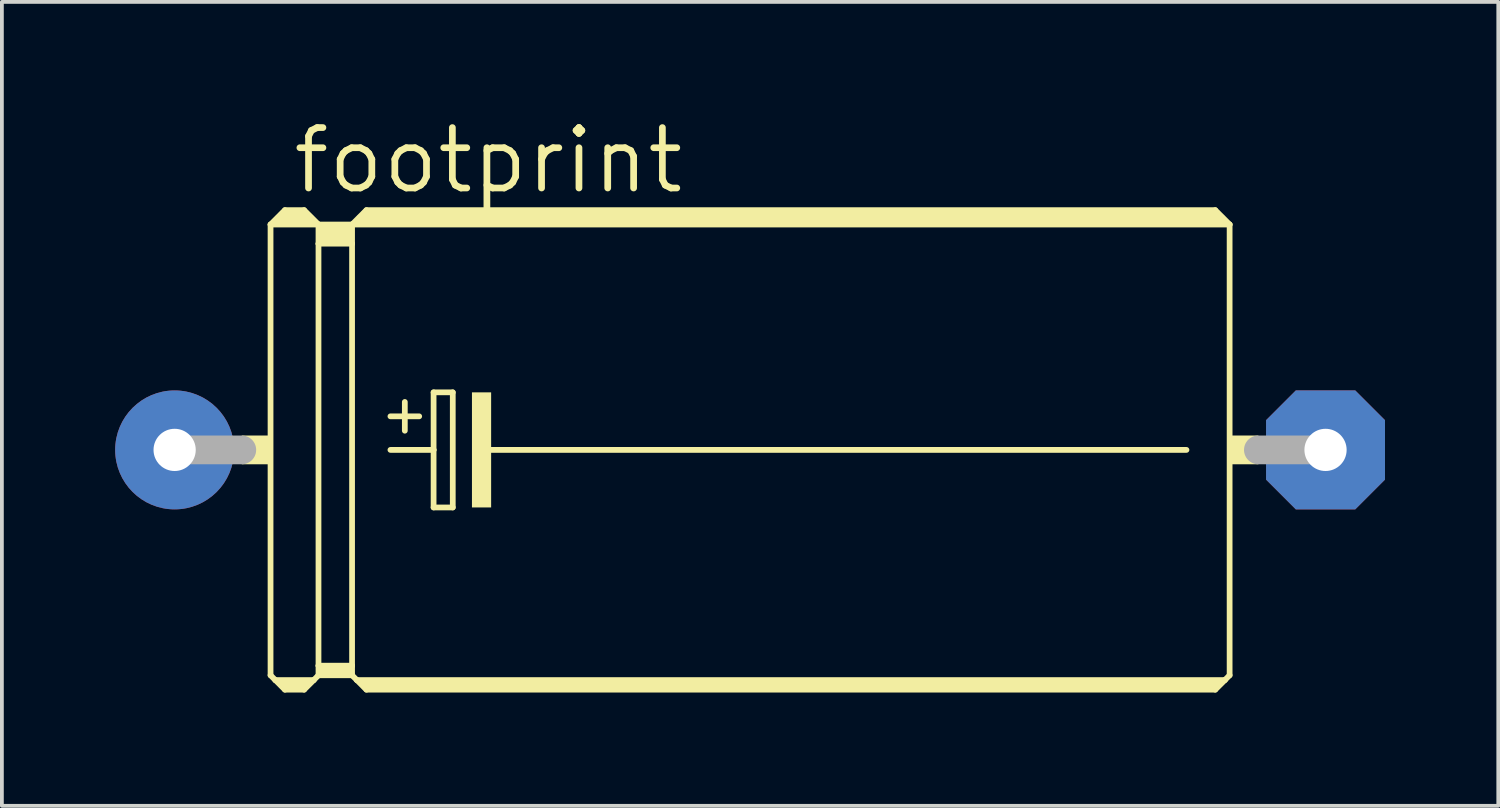
<source format=kicad_pcb>
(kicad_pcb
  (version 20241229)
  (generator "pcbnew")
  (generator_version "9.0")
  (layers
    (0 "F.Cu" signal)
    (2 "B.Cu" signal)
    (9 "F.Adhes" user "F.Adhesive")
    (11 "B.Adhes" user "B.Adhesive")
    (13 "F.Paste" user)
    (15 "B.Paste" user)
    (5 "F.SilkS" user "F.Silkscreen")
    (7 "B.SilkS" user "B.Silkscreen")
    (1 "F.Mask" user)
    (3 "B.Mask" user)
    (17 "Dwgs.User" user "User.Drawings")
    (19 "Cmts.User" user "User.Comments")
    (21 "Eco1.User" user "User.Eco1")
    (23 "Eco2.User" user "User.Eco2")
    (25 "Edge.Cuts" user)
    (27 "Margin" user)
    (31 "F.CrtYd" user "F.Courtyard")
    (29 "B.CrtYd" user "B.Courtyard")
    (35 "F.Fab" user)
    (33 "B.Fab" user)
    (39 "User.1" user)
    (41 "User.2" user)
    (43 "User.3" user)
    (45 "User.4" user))
  (footprint "footprint"
    (layer "F.Cu")
    (at 16.815 8.865)
    (property "Reference" "footprint" (at -12.192 -6.731 0) (layer "F.SilkS") (effects (font (size 1.6 1.6) (thickness 0.178)) (justify left bottom)))
    (fp_line (start -12.7 -5.969) (end -12.7 5.969) (stroke (width 0.152) (type solid)) (layer "F.SilkS"))
    (fp_line (start -12.7 -5.969) (end -12.319 -6.35) (stroke (width 0.152) (type solid)) (layer "F.SilkS"))
    (fp_line (start -12.7 -5.969) (end -11.43 -5.969) (stroke (width 0.152) (type solid)) (layer "F.SilkS"))
    (fp_line (start -12.7 5.969) (end -12.573 6.096) (stroke (width 0.152) (type solid)) (layer "F.SilkS"))
    (fp_line (start -12.573 6.096) (end -12.319 6.35) (stroke (width 0.152) (type solid)) (layer "F.SilkS"))
    (fp_line (start -12.573 6.096) (end -11.557 6.096) (stroke (width 0.152) (type solid)) (layer "F.SilkS"))
    (fp_line (start -12.446 -6.096) (end -11.684 -6.096) (stroke (width 0.305) (type solid)) (layer "F.SilkS"))
    (fp_line (start -12.319 -6.35) (end -11.811 -6.35) (stroke (width 0.152) (type solid)) (layer "F.SilkS"))
    (fp_line (start -12.319 -6.223) (end -11.811 -6.223) (stroke (width 0.305) (type solid)) (layer "F.SilkS"))
    (fp_line (start -12.319 6.223) (end -11.811 6.223) (stroke (width 0.305) (type solid)) (layer "F.SilkS"))
    (fp_line (start -12.319 6.35) (end -11.811 6.35) (stroke (width 0.152) (type solid)) (layer "F.SilkS"))
    (fp_line (start -11.557 6.096) (end -11.811 6.35) (stroke (width 0.152) (type solid)) (layer "F.SilkS"))
    (fp_line (start -11.43 -5.969) (end -11.811 -6.35) (stroke (width 0.152) (type solid)) (layer "F.SilkS"))
    (fp_line (start -11.43 -5.969) (end -11.43 -5.461) (stroke (width 0.152) (type solid)) (layer "F.SilkS"))
    (fp_line (start -11.43 -5.969) (end -10.541 -5.969) (stroke (width 0.152) (type solid)) (layer "F.SilkS"))
    (fp_line (start -11.43 -5.461) (end -11.43 5.715) (stroke (width 0.152) (type solid)) (layer "F.SilkS"))
    (fp_line (start -11.43 -5.461) (end -10.541 -5.461) (stroke (width 0.152) (type solid)) (layer "F.SilkS"))
    (fp_line (start -11.43 5.715) (end -11.43 5.969) (stroke (width 0.152) (type solid)) (layer "F.SilkS"))
    (fp_line (start -11.43 5.715) (end -10.541 5.715) (stroke (width 0.152) (type solid)) (layer "F.SilkS"))
    (fp_line (start -11.43 5.969) (end -11.557 6.096) (stroke (width 0.152) (type solid)) (layer "F.SilkS"))
    (fp_line (start -11.43 5.969) (end -10.541 5.969) (stroke (width 0.152) (type solid)) (layer "F.SilkS"))
    (fp_line (start -11.303 -5.842) (end -10.668 -5.842) (stroke (width 0.305) (type solid)) (layer "F.SilkS"))
    (fp_line (start -11.303 -5.588) (end -10.668 -5.588) (stroke (width 0.305) (type solid)) (layer "F.SilkS"))
    (fp_line (start -11.303 5.842) (end -10.668 5.842) (stroke (width 0.305) (type solid)) (layer "F.SilkS"))
    (fp_line (start -10.541 -5.969) (end -10.541 -5.461) (stroke (width 0.152) (type solid)) (layer "F.SilkS"))
    (fp_line (start -10.541 -5.969) (end -10.16 -6.35) (stroke (width 0.152) (type solid)) (layer "F.SilkS"))
    (fp_line (start -10.541 -5.969) (end 12.7 -5.969) (stroke (width 0.152) (type solid)) (layer "F.SilkS"))
    (fp_line (start -10.541 -5.461) (end -10.541 5.715) (stroke (width 0.152) (type solid)) (layer "F.SilkS"))
    (fp_line (start -10.541 5.715) (end -10.541 5.969) (stroke (width 0.152) (type solid)) (layer "F.SilkS"))
    (fp_line (start -10.414 6.096) (end -10.541 5.969) (stroke (width 0.152) (type solid)) (layer "F.SilkS"))
    (fp_line (start -10.414 6.096) (end 12.573 6.096) (stroke (width 0.152) (type solid)) (layer "F.SilkS"))
    (fp_line (start -10.287 -6.096) (end 12.446 -6.096) (stroke (width 0.305) (type solid)) (layer "F.SilkS"))
    (fp_line (start -10.16 -6.223) (end 12.319 -6.223) (stroke (width 0.305) (type solid)) (layer "F.SilkS"))
    (fp_line (start -10.16 6.223) (end 12.319 6.223) (stroke (width 0.305) (type solid)) (layer "F.SilkS"))
    (fp_line (start -10.16 6.35) (end -10.414 6.096) (stroke (width 0.152) (type solid)) (layer "F.SilkS"))
    (fp_line (start -9.525 -0.889) (end -8.763 -0.889) (stroke (width 0.152) (type solid)) (layer "F.SilkS"))
    (fp_line (start -9.525 0) (end -8.382 0) (stroke (width 0.152) (type solid)) (layer "F.SilkS"))
    (fp_line (start -9.144 -1.27) (end -9.144 -0.508) (stroke (width 0.152) (type solid)) (layer "F.SilkS"))
    (fp_line (start -8.382 -1.524) (end -8.382 0) (stroke (width 0.152) (type solid)) (layer "F.SilkS"))
    (fp_line (start -8.382 0) (end -8.382 1.524) (stroke (width 0.152) (type solid)) (layer "F.SilkS"))
    (fp_line (start -8.382 1.524) (end -7.874 1.524) (stroke (width 0.152) (type solid)) (layer "F.SilkS"))
    (fp_line (start -7.874 -1.524) (end -8.382 -1.524) (stroke (width 0.152) (type solid)) (layer "F.SilkS"))
    (fp_line (start -7.874 1.524) (end -7.874 -1.524) (stroke (width 0.152) (type solid)) (layer "F.SilkS"))
    (fp_line (start -6.985 0) (end 11.557 0) (stroke (width 0.152) (type solid)) (layer "F.SilkS"))
    (fp_line (start 12.319 -6.35) (end -10.16 -6.35) (stroke (width 0.152) (type solid)) (layer "F.SilkS"))
    (fp_line (start 12.319 6.35) (end -10.16 6.35) (stroke (width 0.152) (type solid)) (layer "F.SilkS"))
    (fp_line (start 12.573 6.096) (end 12.319 6.35) (stroke (width 0.152) (type solid)) (layer "F.SilkS"))
    (fp_line (start 12.7 -5.969) (end 12.319 -6.35) (stroke (width 0.152) (type solid)) (layer "F.SilkS"))
    (fp_line (start 12.7 -5.969) (end 12.7 5.969) (stroke (width 0.152) (type solid)) (layer "F.SilkS"))
    (fp_line (start 12.7 5.969) (end 12.573 6.096) (stroke (width 0.152) (type solid)) (layer "F.SilkS"))
    (fp_poly (pts (xy -13.462 0.381) (xy -12.7 0.381) (xy -12.7 -0.381) (xy -13.462 -0.381)) (stroke (width 0) (type solid)) (fill yes) (layer "F.SilkS"))
    (fp_poly (pts (xy -7.366 1.524) (xy -6.858 1.524) (xy -6.858 -1.524) (xy -7.366 -1.524)) (stroke (width 0) (type solid)) (fill yes) (layer "F.SilkS"))
    (fp_poly (pts (xy 12.7 0.381) (xy 13.462 0.381) (xy 13.462 -0.381) (xy 12.7 -0.381)) (stroke (width 0) (type solid)) (fill yes) (layer "F.SilkS"))
    (fp_line (start -15.24 0) (end -13.462 0) (stroke (width 0.762) (type solid)) (layer "F.Fab"))
    (fp_line (start 15.24 0) (end 13.462 0) (stroke (width 0.762) (type solid)) (layer "F.Fab"))
    (pad "+" thru_hole circle (at -15.24 0) (size 3.15 3.15) (drill 1.118) (layers "*.Cu" "*.Mask"))
    (pad "-" thru_hole roundrect (at 15.24 0) (size 3.15 3.15) (drill 1.118) (layers "*.Cu" "*.Mask") (roundrect_rratio 0.25) (chamfer_ratio 0.25) (chamfer top_left top_right bottom_left bottom_right)))
  (gr_rect
    (start -3 -3)
    (end 36.63 18.291)
    (stroke (width 0.1) (type default))
    (fill no)
    (layer "Edge.Cuts")))
</source>
